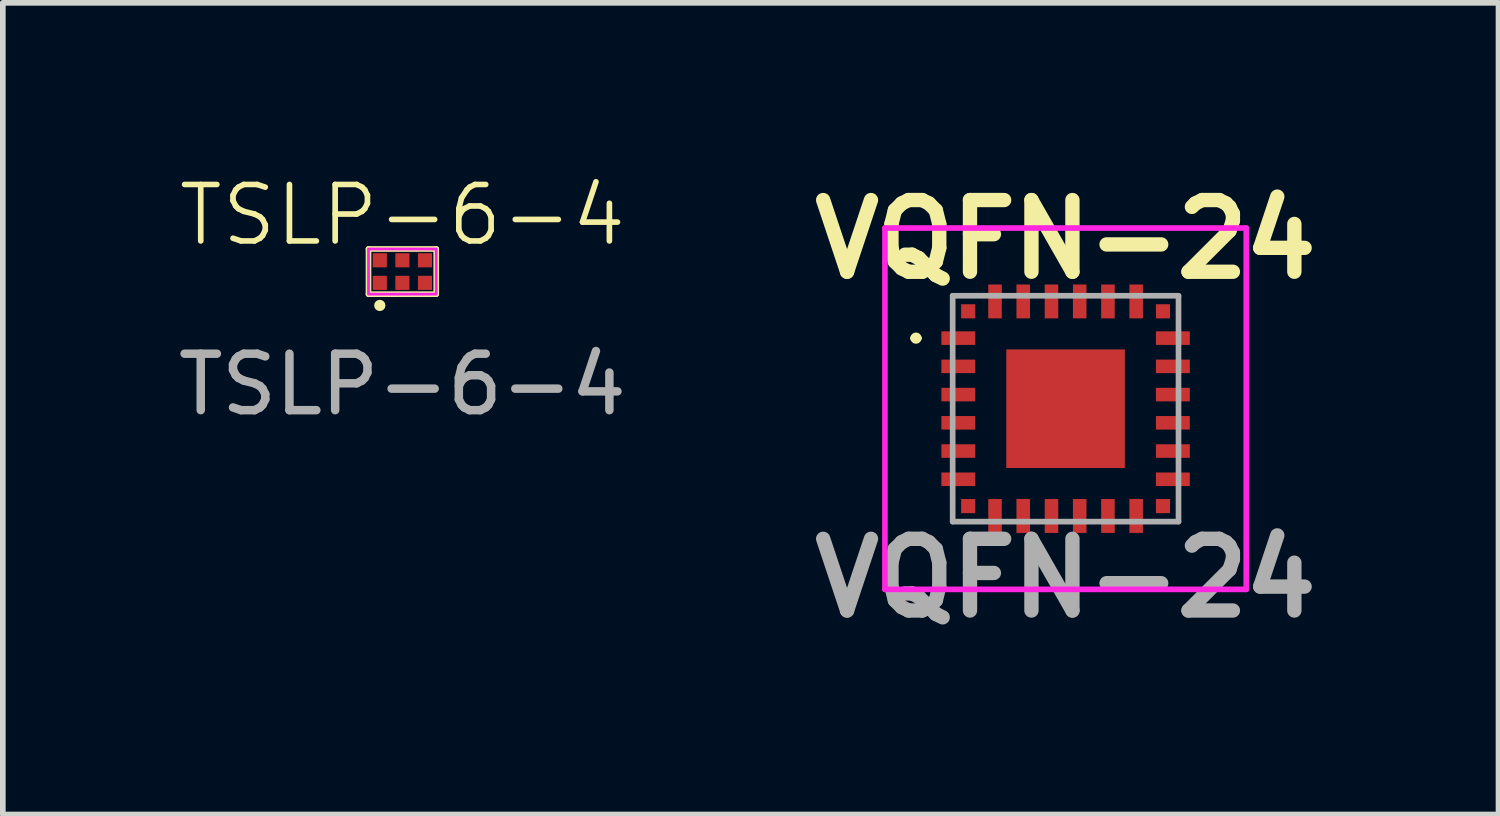
<source format=kicad_pcb>
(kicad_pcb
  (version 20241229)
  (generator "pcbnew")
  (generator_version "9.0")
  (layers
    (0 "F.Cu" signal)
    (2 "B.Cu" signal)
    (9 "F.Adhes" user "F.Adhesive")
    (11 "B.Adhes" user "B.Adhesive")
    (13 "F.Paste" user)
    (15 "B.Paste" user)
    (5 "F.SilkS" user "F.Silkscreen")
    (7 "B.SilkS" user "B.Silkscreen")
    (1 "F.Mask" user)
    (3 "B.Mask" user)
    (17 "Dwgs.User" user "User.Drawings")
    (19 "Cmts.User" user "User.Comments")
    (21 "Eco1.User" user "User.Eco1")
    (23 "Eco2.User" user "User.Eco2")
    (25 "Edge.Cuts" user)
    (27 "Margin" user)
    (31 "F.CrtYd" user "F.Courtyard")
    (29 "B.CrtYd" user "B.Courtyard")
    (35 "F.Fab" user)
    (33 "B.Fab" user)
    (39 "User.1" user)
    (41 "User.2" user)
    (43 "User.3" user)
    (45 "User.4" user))
  (footprint "TSLP-6-4"
    (layer "F.Cu")
    (at 4.077 1.76)
    (property "Reference" "TSLP-6-4" (at 0 -1 0) (unlocked yes) (layer "F.SilkS") (effects (font (size 1 1) (thickness 0.1))))
    (attr smd)
    (fp_line (start -0.6 -0.4) (end -0.6 0.4) (stroke (width 0.1) (type default)) (layer "F.SilkS"))
    (fp_line (start -0.6 0.4) (end 0.6 0.4) (stroke (width 0.1) (type default)) (layer "F.SilkS"))
    (fp_line (start 0.6 -0.4) (end -0.6 -0.4) (stroke (width 0.1) (type default)) (layer "F.SilkS"))
    (fp_line (start 0.6 0.4) (end 0.6 -0.4) (stroke (width 0.1) (type default)) (layer "F.SilkS"))
    (fp_circle (center -0.4 0.6) (end -0.35 0.6) (stroke (width 0.1) (type default)) (fill no) (layer "F.SilkS"))
    (fp_rect (start -0.6 -0.4) (end 0.6 0.4) (stroke (width 0.05) (type default)) (fill no) (layer "F.CrtYd"))
    (fp_text user "${REFERENCE}" (at 0 2 0) (unlocked yes) (layer "F.Fab") (effects (font (size 1 1) (thickness 0.15))))
    (pad "1" smd rect (at -0.4 0.2) (size 0.25 0.25) (layers "F.Cu" "F.Mask" "F.Paste"))
    (pad "2" smd rect (at 0 0.2) (size 0.25 0.25) (layers "F.Cu" "F.Mask" "F.Paste"))
    (pad "3" smd rect (at 0.4 0.2) (size 0.25 0.25) (layers "F.Cu" "F.Mask" "F.Paste"))
    (pad "4" smd rect (at 0.4 -0.2) (size 0.25 0.25) (layers "F.Cu" "F.Mask" "F.Paste"))
    (pad "5" smd rect (at 0 -0.2) (size 0.25 0.25) (layers "F.Cu" "F.Mask" "F.Paste"))
    (pad "6" smd rect (at -0.4 -0.2) (size 0.25 0.25) (layers "F.Cu" "F.Mask" "F.Paste")))
  (footprint "VQFN-24"
    (layer "F.Cu")
    (at 15.824 4.189)
    (property "Reference" "VQFN-24" (at 0 -3 0) (layer "F.SilkS") (effects (font (size 1.27 1.27) (thickness 0.254))))
    (attr smd)
    (fp_line (start -2.7 -1.25) (end -2.7 -1.25) (stroke (width 0.1) (type solid)) (layer "F.SilkS"))
    (fp_line (start -2.6 -1.25) (end -2.6 -1.25) (stroke (width 0.1) (type solid)) (layer "F.SilkS"))
    (fp_arc (start -2.7 -1.25) (mid -2.65 -1.3) (end -2.6 -1.25) (stroke (width 0.1) (type solid)) (layer "F.SilkS"))
    (fp_arc (start -2.6 -1.25) (mid -2.65 -1.2) (end -2.7 -1.25) (stroke (width 0.1) (type solid)) (layer "F.SilkS"))
    (fp_line (start -3.2 -3.2) (end 3.2 -3.2) (stroke (width 0.1) (type solid)) (layer "F.CrtYd"))
    (fp_line (start -3.2 3.2) (end -3.2 -3.2) (stroke (width 0.1) (type solid)) (layer "F.CrtYd"))
    (fp_line (start 3.2 -3.2) (end 3.2 3.2) (stroke (width 0.1) (type solid)) (layer "F.CrtYd"))
    (fp_line (start 3.2 3.2) (end -3.2 3.2) (stroke (width 0.1) (type solid)) (layer "F.CrtYd"))
    (fp_line (start -2 -2) (end 2 -2) (stroke (width 0.1) (type solid)) (layer "F.Fab"))
    (fp_line (start -2 2) (end -2 -2) (stroke (width 0.1) (type solid)) (layer "F.Fab"))
    (fp_line (start 2 -2) (end 2 2) (stroke (width 0.1) (type solid)) (layer "F.Fab"))
    (fp_line (start 2 2) (end -2 2) (stroke (width 0.1) (type solid)) (layer "F.Fab"))
    (fp_text user "${REFERENCE}" (at 0 3 0) (layer "F.Fab") (effects (font (size 1.27 1.27) (thickness 0.254))))
    (pad "1" smd rect (at -1.9 -1.25 90) (size 0.24 0.6) (layers "F.Cu" "F.Mask" "F.Paste"))
    (pad "2" smd rect (at -1.9 -0.75 90) (size 0.24 0.6) (layers "F.Cu" "F.Mask" "F.Paste"))
    (pad "3" smd rect (at -1.9 -0.25 90) (size 0.24 0.6) (layers "F.Cu" "F.Mask" "F.Paste"))
    (pad "4" smd rect (at -1.9 0.25 90) (size 0.24 0.6) (layers "F.Cu" "F.Mask" "F.Paste"))
    (pad "5" smd rect (at -1.9 0.75 90) (size 0.24 0.6) (layers "F.Cu" "F.Mask" "F.Paste"))
    (pad "6" smd rect (at -1.9 1.25 90) (size 0.24 0.6) (layers "F.Cu" "F.Mask" "F.Paste"))
    (pad "7" smd rect (at -1.25 1.9) (size 0.24 0.6) (layers "F.Cu" "F.Mask" "F.Paste"))
    (pad "8" smd rect (at -0.75 1.9) (size 0.24 0.6) (layers "F.Cu" "F.Mask" "F.Paste"))
    (pad "9" smd rect (at -0.25 1.9) (size 0.24 0.6) (layers "F.Cu" "F.Mask" "F.Paste"))
    (pad "10" smd rect (at 0.25 1.9) (size 0.24 0.6) (layers "F.Cu" "F.Mask" "F.Paste"))
    (pad "11" smd rect (at 0.75 1.9) (size 0.24 0.6) (layers "F.Cu" "F.Mask" "F.Paste"))
    (pad "12" smd rect (at 1.25 1.9) (size 0.24 0.6) (layers "F.Cu" "F.Mask" "F.Paste"))
    (pad "13" smd rect (at 1.9 1.25 90) (size 0.24 0.6) (layers "F.Cu" "F.Mask" "F.Paste"))
    (pad "14" smd rect (at 1.9 0.75 90) (size 0.24 0.6) (layers "F.Cu" "F.Mask" "F.Paste"))
    (pad "15" smd rect (at 1.9 0.25 90) (size 0.24 0.6) (layers "F.Cu" "F.Mask" "F.Paste"))
    (pad "16" smd rect (at 1.9 -0.25 90) (size 0.24 0.6) (layers "F.Cu" "F.Mask" "F.Paste"))
    (pad "17" smd rect (at 1.9 -0.75 90) (size 0.24 0.6) (layers "F.Cu" "F.Mask" "F.Paste"))
    (pad "18" smd rect (at 1.9 -1.25 90) (size 0.24 0.6) (layers "F.Cu" "F.Mask" "F.Paste"))
    (pad "19" smd rect (at 1.25 -1.9) (size 0.24 0.6) (layers "F.Cu" "F.Mask" "F.Paste"))
    (pad "20" smd rect (at 0.75 -1.9) (size 0.24 0.6) (layers "F.Cu" "F.Mask" "F.Paste"))
    (pad "21" smd rect (at 0.25 -1.9) (size 0.24 0.6) (layers "F.Cu" "F.Mask" "F.Paste"))
    (pad "22" smd rect (at -0.25 -1.9) (size 0.24 0.6) (layers "F.Cu" "F.Mask" "F.Paste"))
    (pad "23" smd rect (at -0.75 -1.9) (size 0.24 0.6) (layers "F.Cu" "F.Mask" "F.Paste"))
    (pad "24" smd rect (at -1.25 -1.9) (size 0.24 0.6) (layers "F.Cu" "F.Mask" "F.Paste"))
    (pad "25" smd rect (at 0 0 90) (size 2.1 2.1) (layers "F.Cu" "F.Mask" "F.Paste"))
    (pad "26" smd rect (at -1.725 -1.725 90) (size 0.25 0.25) (layers "F.Cu" "F.Mask" "F.Paste"))
    (pad "27" smd rect (at -1.725 1.725 90) (size 0.25 0.25) (layers "F.Cu" "F.Mask" "F.Paste"))
    (pad "28" smd rect (at 1.725 1.725 90) (size 0.25 0.25) (layers "F.Cu" "F.Mask" "F.Paste"))
    (pad "29" smd rect (at 1.725 -1.725 90) (size 0.25 0.25) (layers "F.Cu" "F.Mask" "F.Paste")))
  (gr_rect
    (start -3 -3)
    (end 23.492 11.377)
    (stroke (width 0.1) (type default))
    (fill no)
    (layer "Edge.Cuts")))
</source>
